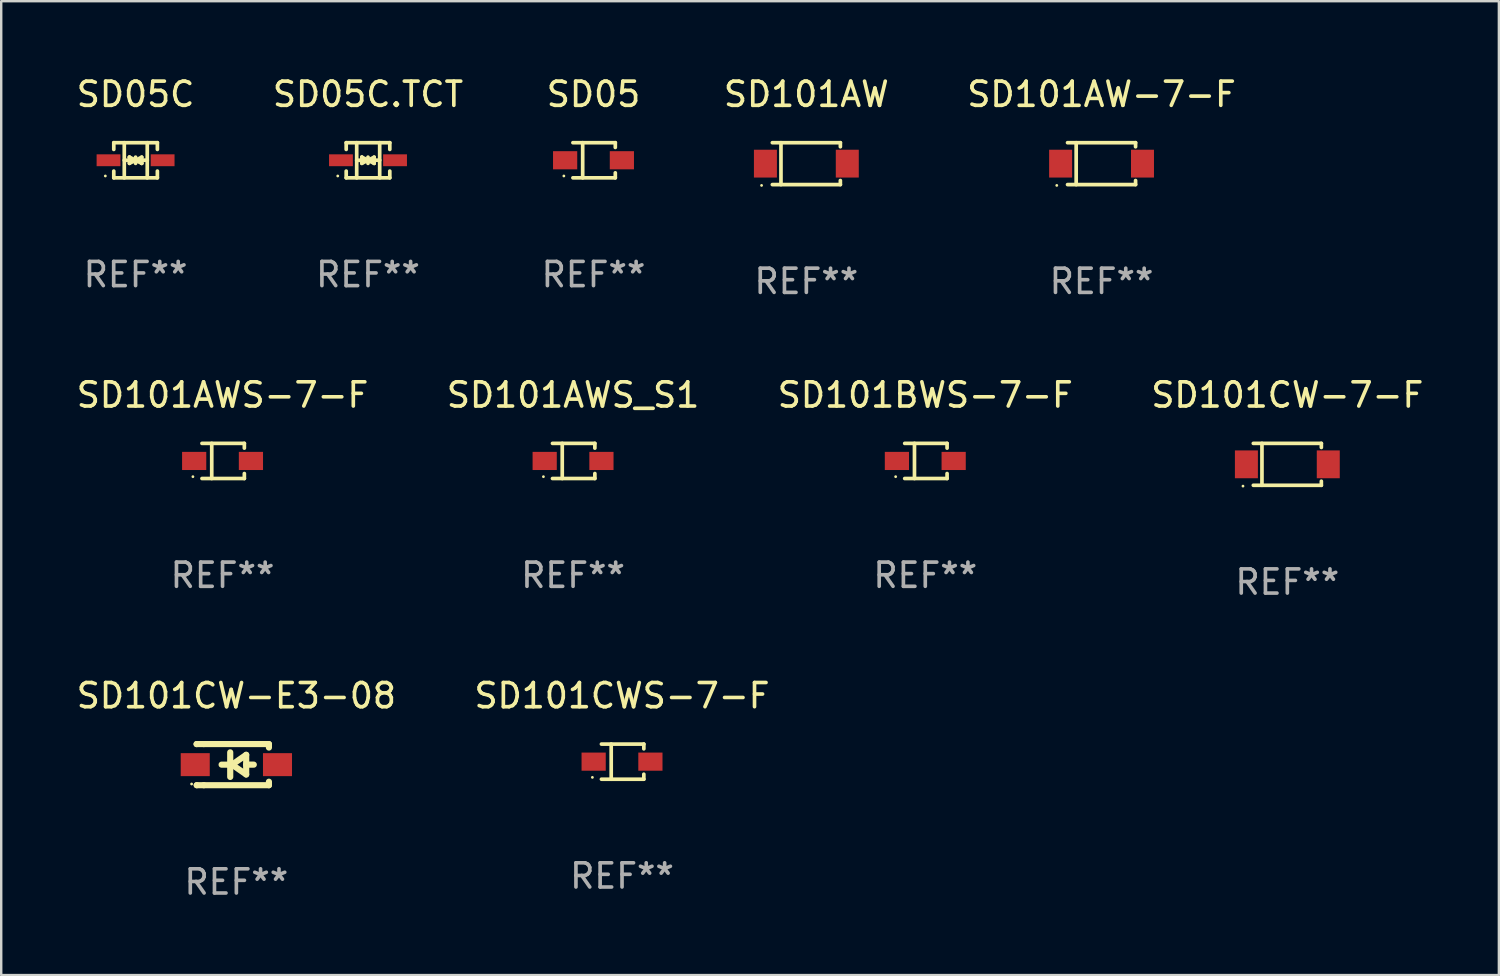
<source format=kicad_pcb>
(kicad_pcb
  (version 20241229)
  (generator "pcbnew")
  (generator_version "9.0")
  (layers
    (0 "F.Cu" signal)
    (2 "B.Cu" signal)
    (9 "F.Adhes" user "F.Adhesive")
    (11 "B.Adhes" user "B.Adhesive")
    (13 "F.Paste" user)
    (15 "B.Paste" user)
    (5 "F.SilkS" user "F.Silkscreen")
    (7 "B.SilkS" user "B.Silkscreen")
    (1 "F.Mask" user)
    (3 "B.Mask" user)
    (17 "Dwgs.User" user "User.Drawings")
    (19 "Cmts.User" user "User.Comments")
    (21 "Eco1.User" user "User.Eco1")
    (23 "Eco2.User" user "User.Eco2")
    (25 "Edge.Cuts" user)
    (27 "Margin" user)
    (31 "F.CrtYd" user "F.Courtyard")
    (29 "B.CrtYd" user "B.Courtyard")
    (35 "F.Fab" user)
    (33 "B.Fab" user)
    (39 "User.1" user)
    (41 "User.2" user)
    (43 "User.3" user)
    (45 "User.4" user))
  (footprint "SD05C.TCT"
    (layer "F.Cu")
    (at 12.161 3.574)
    (property "Reference" "SD05C.TCT" (at 0 -2.726 0) (layer "F.SilkS") (effects (font (size 1 1) (thickness 0.15))))
    (attr through_hole)
    (fp_line (start -0.901 -0.726) (end -0.901 -0.448) (stroke (width 0.152) (type solid)) (layer "F.SilkS"))
    (fp_line (start -0.901 0.726) (end -0.901 0.448) (stroke (width 0.152) (type solid)) (layer "F.SilkS"))
    (fp_line (start -0.467 0) (end 0.483 -0.003) (stroke (width 0.154) (type solid)) (layer "F.SilkS"))
    (fp_line (start -0.467 0.726) (end -0.467 -0.726) (stroke (width 0.152) (type solid)) (layer "F.SilkS"))
    (fp_line (start -0.254 -0.127) (end -0.254 -0.127) (stroke (width 0.154) (type solid)) (layer "F.SilkS"))
    (fp_line (start -0.254 -0.127) (end -0.002 -0.003) (stroke (width 0.154) (type solid)) (layer "F.SilkS"))
    (fp_line (start -0.254 0.127) (end -0.254 -0.127) (stroke (width 0.154) (type solid)) (layer "F.SilkS"))
    (fp_line (start -0.127 0) (end 0.003 0) (stroke (width 0.154) (type solid)) (layer "F.SilkS"))
    (fp_line (start -0.003 0) (end -0.254 0.127) (stroke (width 0.154) (type solid)) (layer "F.SilkS"))
    (fp_line (start 0 -0.127) (end 0 0.127) (stroke (width 0.154) (type solid)) (layer "F.SilkS"))
    (fp_line (start 0.003 0) (end 0.254 -0.127) (stroke (width 0.154) (type solid)) (layer "F.SilkS"))
    (fp_line (start 0.127 0) (end -0.003 0) (stroke (width 0.154) (type solid)) (layer "F.SilkS"))
    (fp_line (start 0.254 -0.127) (end 0.254 0.127) (stroke (width 0.154) (type solid)) (layer "F.SilkS"))
    (fp_line (start 0.254 0.127) (end 0.002 0.003) (stroke (width 0.154) (type solid)) (layer "F.SilkS"))
    (fp_line (start 0.254 0.127) (end 0.254 0.127) (stroke (width 0.154) (type solid)) (layer "F.SilkS"))
    (fp_line (start 0.483 0.726) (end 0.483 -0.726) (stroke (width 0.152) (type solid)) (layer "F.SilkS"))
    (fp_line (start 0.901 -0.726) (end -0.901 -0.726) (stroke (width 0.152) (type solid)) (layer "F.SilkS"))
    (fp_line (start 0.901 -0.726) (end 0.901 -0.448) (stroke (width 0.152) (type solid)) (layer "F.SilkS"))
    (fp_line (start 0.901 0.726) (end -0.901 0.726) (stroke (width 0.152) (type solid)) (layer "F.SilkS"))
    (fp_line (start 0.901 0.726) (end 0.901 0.448) (stroke (width 0.152) (type solid)) (layer "F.SilkS"))
    (fp_circle (center -1.25 0.65) (end -1.22 0.65) (stroke (width 0.06) (type solid)) (fill no) (layer "F.SilkS"))
    (fp_text user "REF**" (at 0 4.726 0) (layer "F.Fab") (effects (font (size 1 1) (thickness 0.15))))
    (pad "1" smd rect (at -1.118 0) (size 0.985 0.49) (layers "F.Cu" "F.Mask" "F.Paste"))
    (pad "2" smd rect (at 1.118 0) (size 0.985 0.49) (layers "F.Cu" "F.Mask" "F.Paste")))
  (footprint "SD101CWS-7-F"
    (layer "F.Cu")
    (at 22.661 28.432)
    (property "Reference" "SD101CWS-7-F" (at 0 -2.726 0) (layer "F.SilkS") (effects (font (size 1 1) (thickness 0.15))))
    (attr through_hole)
    (fp_line (start -0.851 -0.726) (end 0.901 -0.726) (stroke (width 0.152) (type solid)) (layer "F.SilkS"))
    (fp_line (start -0.851 0.726) (end 0.901 0.726) (stroke (width 0.152) (type solid)) (layer "F.SilkS"))
    (fp_line (start -0.447 -0.726) (end -0.447 0.726) (stroke (width 0.152) (type solid)) (layer "F.SilkS"))
    (fp_line (start 0.901 -0.726) (end 0.901 -0.53) (stroke (width 0.152) (type solid)) (layer "F.SilkS"))
    (fp_line (start 0.901 0.726) (end 0.901 0.52) (stroke (width 0.152) (type solid)) (layer "F.SilkS"))
    (fp_circle (center -1.225 0.65) (end -1.195 0.65) (stroke (width 0.06) (type solid)) (fill no) (layer "F.SilkS"))
    (fp_text user "REF**" (at 0 4.726 0) (layer "F.Fab") (effects (font (size 1 1) (thickness 0.15))))
    (pad "1" smd rect (at -1.173 0) (size 1 0.75) (layers "F.Cu" "F.Mask" "F.Paste"))
    (pad "2" smd rect (at 1.173 0) (size 1 0.75) (layers "F.Cu" "F.Mask" "F.Paste")))
  (footprint "SD101CW-E3-08"
    (layer "F.Cu")
    (at 6.72 28.556)
    (property "Reference" "SD101CW-E3-08" (at 0 -2.85 0) (layer "F.SilkS") (effects (font (size 1 1) (thickness 0.15))))
    (attr through_hole)
    (fp_line (start -1.643 -0.85) (end -1.644 -0.849) (stroke (width 0.254) (type solid)) (layer "F.SilkS"))
    (fp_line (start -1.638 0.85) (end -1.639 0.849) (stroke (width 0.254) (type solid)) (layer "F.SilkS"))
    (fp_line (start -1.346 -0.85) (end -1.643 -0.85) (stroke (width 0.254) (type solid)) (layer "F.SilkS"))
    (fp_line (start -1.346 -0.85) (end 1.346 -0.85) (stroke (width 0.254) (type solid)) (layer "F.SilkS"))
    (fp_line (start -1.346 0.85) (end -1.638 0.85) (stroke (width 0.254) (type solid)) (layer "F.SilkS"))
    (fp_line (start -0.28 0) (end -0.61 0) (stroke (width 0.254) (type solid)) (layer "F.SilkS"))
    (fp_line (start -0.254 -0.508) (end -0.254 0.508) (stroke (width 0.254) (type solid)) (layer "F.SilkS"))
    (fp_line (start -0.178 0) (end 0.406 -0.406) (stroke (width 0.254) (type solid)) (layer "F.SilkS"))
    (fp_line (start 0.406 -0.406) (end 0.406 0.406) (stroke (width 0.254) (type solid)) (layer "F.SilkS"))
    (fp_line (start 0.406 -0.000254) (end 0.72 -0.000254) (stroke (width 0.254) (type solid)) (layer "F.SilkS"))
    (fp_line (start 0.406 0.406) (end -0.178 0) (stroke (width 0.254) (type solid)) (layer "F.SilkS"))
    (fp_line (start 1.346 -0.85) (end 1.346 -0.706) (stroke (width 0.254) (type solid)) (layer "F.SilkS"))
    (fp_line (start 1.346 0.706) (end 1.346 0.85) (stroke (width 0.254) (type solid)) (layer "F.SilkS"))
    (fp_line (start 1.346 0.85) (end -1.346 0.85) (stroke (width 0.254) (type solid)) (layer "F.SilkS"))
    (fp_circle (center -1.85 0.8) (end -1.82 0.8) (stroke (width 0.06) (type solid)) (fill no) (layer "F.SilkS"))
    (fp_text user "REF**" (at 0 4.85 0) (layer "F.Fab") (effects (font (size 1 1) (thickness 0.15))))
    (pad "1" smd rect (at -1.7 0) (size 1.2 0.95) (layers "F.Cu" "F.Mask" "F.Paste"))
    (pad "2" smd rect (at 1.7 0) (size 1.2 0.95) (layers "F.Cu" "F.Mask" "F.Paste")))
  (footprint "SD101BWS-7-F"
    (layer "F.Cu")
    (at 35.196 16.003)
    (property "Reference" "SD101BWS-7-F" (at 0 -2.726 0) (layer "F.SilkS") (effects (font (size 1 1) (thickness 0.15))))
    (attr through_hole)
    (fp_line (start -0.851 -0.726) (end 0.901 -0.726) (stroke (width 0.152) (type solid)) (layer "F.SilkS"))
    (fp_line (start -0.851 0.726) (end 0.901 0.726) (stroke (width 0.152) (type solid)) (layer "F.SilkS"))
    (fp_line (start -0.447 -0.726) (end -0.447 0.726) (stroke (width 0.152) (type solid)) (layer "F.SilkS"))
    (fp_line (start 0.901 -0.726) (end 0.901 -0.53) (stroke (width 0.152) (type solid)) (layer "F.SilkS"))
    (fp_line (start 0.901 0.726) (end 0.901 0.52) (stroke (width 0.152) (type solid)) (layer "F.SilkS"))
    (fp_circle (center -1.225 0.65) (end -1.195 0.65) (stroke (width 0.06) (type solid)) (fill no) (layer "F.SilkS"))
    (fp_text user "REF**" (at 0 4.726 0) (layer "F.Fab") (effects (font (size 1 1) (thickness 0.15))))
    (pad "1" smd rect (at -1.173 0) (size 1 0.75) (layers "F.Cu" "F.Mask" "F.Paste"))
    (pad "2" smd rect (at 1.173 0) (size 1 0.75) (layers "F.Cu" "F.Mask" "F.Paste")))
  (footprint "SD101AW"
    (layer "F.Cu")
    (at 30.28 3.714)
    (property "Reference" "SD101AW" (at 0 -2.866 0) (layer "F.SilkS") (effects (font (size 1 1) (thickness 0.15))))
    (attr through_hole)
    (fp_line (start -1.406 -0.866) (end 1.406 -0.866) (stroke (width 0.152) (type solid)) (layer "F.SilkS"))
    (fp_line (start -1.406 0.866) (end 1.406 0.866) (stroke (width 0.152) (type solid)) (layer "F.SilkS"))
    (fp_line (start -1.049 -0.866) (end -1.049 0.866) (stroke (width 0.152) (type solid)) (layer "F.SilkS"))
    (fp_line (start 1.406 -0.866) (end 1.406 -0.698) (stroke (width 0.152) (type solid)) (layer "F.SilkS"))
    (fp_line (start 1.406 0.866) (end 1.406 0.698) (stroke (width 0.152) (type solid)) (layer "F.SilkS"))
    (fp_circle (center -1.851 0.9) (end -1.821 0.9) (stroke (width 0.06) (type solid)) (fill no) (layer "F.SilkS"))
    (fp_text user "REF**" (at 0 4.866 0) (layer "F.Fab") (effects (font (size 1 1) (thickness 0.15))))
    (pad "1" smd rect (at -1.692 0) (size 0.95 1.15) (layers "F.Cu" "F.Mask" "F.Paste"))
    (pad "2" smd rect (at 1.692 0) (size 0.95 1.15) (layers "F.Cu" "F.Mask" "F.Paste")))
  (footprint "SD101AW-7-F"
    (layer "F.Cu")
    (at 42.482 3.714)
    (property "Reference" "SD101AW-7-F" (at 0 -2.866 0) (layer "F.SilkS") (effects (font (size 1 1) (thickness 0.15))))
    (attr through_hole)
    (fp_line (start -1.406 -0.866) (end 1.406 -0.866) (stroke (width 0.152) (type solid)) (layer "F.SilkS"))
    (fp_line (start -1.406 0.866) (end 1.406 0.866) (stroke (width 0.152) (type solid)) (layer "F.SilkS"))
    (fp_line (start -1.049 -0.866) (end -1.049 0.866) (stroke (width 0.152) (type solid)) (layer "F.SilkS"))
    (fp_line (start 1.406 -0.866) (end 1.406 -0.698) (stroke (width 0.152) (type solid)) (layer "F.SilkS"))
    (fp_line (start 1.406 0.866) (end 1.406 0.698) (stroke (width 0.152) (type solid)) (layer "F.SilkS"))
    (fp_circle (center -1.851 0.9) (end -1.821 0.9) (stroke (width 0.06) (type solid)) (fill no) (layer "F.SilkS"))
    (fp_text user "REF**" (at 0 4.866 0) (layer "F.Fab") (effects (font (size 1 1) (thickness 0.15))))
    (pad "1" smd rect (at -1.692 0) (size 0.95 1.15) (layers "F.Cu" "F.Mask" "F.Paste"))
    (pad "2" smd rect (at 1.692 0) (size 0.95 1.15) (layers "F.Cu" "F.Mask" "F.Paste")))
  (footprint "SD05"
    (layer "F.Cu")
    (at 21.482 3.574)
    (property "Reference" "SD05" (at 0 -2.726 0) (layer "F.SilkS") (effects (font (size 1 1) (thickness 0.15))))
    (attr through_hole)
    (fp_line (start -0.851 -0.726) (end 0.901 -0.726) (stroke (width 0.152) (type solid)) (layer "F.SilkS"))
    (fp_line (start -0.851 0.726) (end 0.901 0.726) (stroke (width 0.152) (type solid)) (layer "F.SilkS"))
    (fp_line (start -0.447 -0.726) (end -0.447 0.726) (stroke (width 0.152) (type solid)) (layer "F.SilkS"))
    (fp_line (start 0.901 -0.726) (end 0.901 -0.53) (stroke (width 0.152) (type solid)) (layer "F.SilkS"))
    (fp_line (start 0.901 0.726) (end 0.901 0.52) (stroke (width 0.152) (type solid)) (layer "F.SilkS"))
    (fp_circle (center -1.225 0.65) (end -1.195 0.65) (stroke (width 0.06) (type solid)) (fill no) (layer "F.SilkS"))
    (fp_text user "REF**" (at 0 4.726 0) (layer "F.Fab") (effects (font (size 1 1) (thickness 0.15))))
    (pad "1" smd rect (at -1.173 0) (size 1 0.75) (layers "F.Cu" "F.Mask" "F.Paste"))
    (pad "2" smd rect (at 1.173 0) (size 1 0.75) (layers "F.Cu" "F.Mask" "F.Paste")))
  (footprint "SD05C"
    (layer "F.Cu")
    (at 2.554 3.574)
    (property "Reference" "SD05C" (at 0 -2.726 0) (layer "F.SilkS") (effects (font (size 1 1) (thickness 0.15))))
    (attr through_hole)
    (fp_line (start -0.901 -0.726) (end -0.901 -0.448) (stroke (width 0.152) (type solid)) (layer "F.SilkS"))
    (fp_line (start -0.901 0.726) (end -0.901 0.448) (stroke (width 0.152) (type solid)) (layer "F.SilkS"))
    (fp_line (start -0.467 0) (end 0.483 -0.003) (stroke (width 0.154) (type solid)) (layer "F.SilkS"))
    (fp_line (start -0.467 0.726) (end -0.467 -0.726) (stroke (width 0.152) (type solid)) (layer "F.SilkS"))
    (fp_line (start -0.254 -0.127) (end -0.254 -0.127) (stroke (width 0.154) (type solid)) (layer "F.SilkS"))
    (fp_line (start -0.254 -0.127) (end -0.002 -0.003) (stroke (width 0.154) (type solid)) (layer "F.SilkS"))
    (fp_line (start -0.254 0.127) (end -0.254 -0.127) (stroke (width 0.154) (type solid)) (layer "F.SilkS"))
    (fp_line (start -0.127 0) (end 0.003 0) (stroke (width 0.154) (type solid)) (layer "F.SilkS"))
    (fp_line (start -0.003 0) (end -0.254 0.127) (stroke (width 0.154) (type solid)) (layer "F.SilkS"))
    (fp_line (start 0 -0.127) (end 0 0.127) (stroke (width 0.154) (type solid)) (layer "F.SilkS"))
    (fp_line (start 0.003 0) (end 0.254 -0.127) (stroke (width 0.154) (type solid)) (layer "F.SilkS"))
    (fp_line (start 0.127 0) (end -0.003 0) (stroke (width 0.154) (type solid)) (layer "F.SilkS"))
    (fp_line (start 0.254 -0.127) (end 0.254 0.127) (stroke (width 0.154) (type solid)) (layer "F.SilkS"))
    (fp_line (start 0.254 0.127) (end 0.002 0.003) (stroke (width 0.154) (type solid)) (layer "F.SilkS"))
    (fp_line (start 0.254 0.127) (end 0.254 0.127) (stroke (width 0.154) (type solid)) (layer "F.SilkS"))
    (fp_line (start 0.483 0.726) (end 0.483 -0.726) (stroke (width 0.152) (type solid)) (layer "F.SilkS"))
    (fp_line (start 0.901 -0.726) (end -0.901 -0.726) (stroke (width 0.152) (type solid)) (layer "F.SilkS"))
    (fp_line (start 0.901 -0.726) (end 0.901 -0.448) (stroke (width 0.152) (type solid)) (layer "F.SilkS"))
    (fp_line (start 0.901 0.726) (end -0.901 0.726) (stroke (width 0.152) (type solid)) (layer "F.SilkS"))
    (fp_line (start 0.901 0.726) (end 0.901 0.448) (stroke (width 0.152) (type solid)) (layer "F.SilkS"))
    (fp_circle (center -1.25 0.65) (end -1.22 0.65) (stroke (width 0.06) (type solid)) (fill no) (layer "F.SilkS"))
    (fp_text user "REF**" (at 0 4.726 0) (layer "F.Fab") (effects (font (size 1 1) (thickness 0.15))))
    (pad "1" smd rect (at -1.118 0) (size 0.985 0.49) (layers "F.Cu" "F.Mask" "F.Paste"))
    (pad "2" smd rect (at 1.118 0) (size 0.985 0.49) (layers "F.Cu" "F.Mask" "F.Paste")))
  (footprint "SD101AWS-7-F"
    (layer "F.Cu")
    (at 6.149 16.003)
    (property "Reference" "SD101AWS-7-F" (at 0 -2.726 0) (layer "F.SilkS") (effects (font (size 1 1) (thickness 0.15))))
    (attr through_hole)
    (fp_line (start -0.851 -0.726) (end 0.901 -0.726) (stroke (width 0.152) (type solid)) (layer "F.SilkS"))
    (fp_line (start -0.851 0.726) (end 0.901 0.726) (stroke (width 0.152) (type solid)) (layer "F.SilkS"))
    (fp_line (start -0.447 -0.726) (end -0.447 0.726) (stroke (width 0.152) (type solid)) (layer "F.SilkS"))
    (fp_line (start 0.901 -0.726) (end 0.901 -0.53) (stroke (width 0.152) (type solid)) (layer "F.SilkS"))
    (fp_line (start 0.901 0.726) (end 0.901 0.52) (stroke (width 0.152) (type solid)) (layer "F.SilkS"))
    (fp_circle (center -1.225 0.65) (end -1.195 0.65) (stroke (width 0.06) (type solid)) (fill no) (layer "F.SilkS"))
    (fp_text user "REF**" (at 0 4.726 0) (layer "F.Fab") (effects (font (size 1 1) (thickness 0.15))))
    (pad "1" smd rect (at -1.173 0) (size 1 0.75) (layers "F.Cu" "F.Mask" "F.Paste"))
    (pad "2" smd rect (at 1.173 0) (size 1 0.75) (layers "F.Cu" "F.Mask" "F.Paste")))
  (footprint "SD101AWS_S1"
    (layer "F.Cu")
    (at 20.637 16.003)
    (property "Reference" "SD101AWS_S1" (at 0 -2.726 0) (layer "F.SilkS") (effects (font (size 1 1) (thickness 0.15))))
    (attr through_hole)
    (fp_line (start -0.851 -0.726) (end 0.901 -0.726) (stroke (width 0.152) (type solid)) (layer "F.SilkS"))
    (fp_line (start -0.851 0.726) (end 0.901 0.726) (stroke (width 0.152) (type solid)) (layer "F.SilkS"))
    (fp_line (start -0.447 -0.726) (end -0.447 0.726) (stroke (width 0.152) (type solid)) (layer "F.SilkS"))
    (fp_line (start 0.901 -0.726) (end 0.901 -0.53) (stroke (width 0.152) (type solid)) (layer "F.SilkS"))
    (fp_line (start 0.901 0.726) (end 0.901 0.52) (stroke (width 0.152) (type solid)) (layer "F.SilkS"))
    (fp_circle (center -1.225 0.65) (end -1.195 0.65) (stroke (width 0.06) (type solid)) (fill no) (layer "F.SilkS"))
    (fp_text user "REF**" (at 0 4.726 0) (layer "F.Fab") (effects (font (size 1 1) (thickness 0.15))))
    (pad "1" smd rect (at -1.173 0) (size 1 0.75) (layers "F.Cu" "F.Mask" "F.Paste"))
    (pad "2" smd rect (at 1.173 0) (size 1 0.75) (layers "F.Cu" "F.Mask" "F.Paste")))
  (footprint "SD101CW-7-F"
    (layer "F.Cu")
    (at 50.161 16.143)
    (property "Reference" "SD101CW-7-F" (at 0 -2.866 0) (layer "F.SilkS") (effects (font (size 1 1) (thickness 0.15))))
    (attr through_hole)
    (fp_line (start -1.406 -0.866) (end 1.406 -0.866) (stroke (width 0.152) (type solid)) (layer "F.SilkS"))
    (fp_line (start -1.406 0.866) (end 1.406 0.866) (stroke (width 0.152) (type solid)) (layer "F.SilkS"))
    (fp_line (start -1.049 -0.866) (end -1.049 0.866) (stroke (width 0.152) (type solid)) (layer "F.SilkS"))
    (fp_line (start 1.406 -0.866) (end 1.406 -0.698) (stroke (width 0.152) (type solid)) (layer "F.SilkS"))
    (fp_line (start 1.406 0.866) (end 1.406 0.698) (stroke (width 0.152) (type solid)) (layer "F.SilkS"))
    (fp_circle (center -1.833 0.9) (end -1.803 0.9) (stroke (width 0.06) (type solid)) (fill no) (layer "F.SilkS"))
    (fp_text user "REF**" (at 0 4.866 0) (layer "F.Fab") (effects (font (size 1 1) (thickness 0.15))))
    (pad "1" smd rect (at -1.692 -0.000102) (size 0.95 1.15) (layers "F.Cu" "F.Mask" "F.Paste"))
    (pad "2" smd rect (at 1.692 -0.000102) (size 0.95 1.15) (layers "F.Cu" "F.Mask" "F.Paste")))
  (gr_rect
    (start -3 -3)
    (end 58.905 37.254)
    (stroke (width 0.1) (type default))
    (fill no)
    (layer "Edge.Cuts")))
</source>
